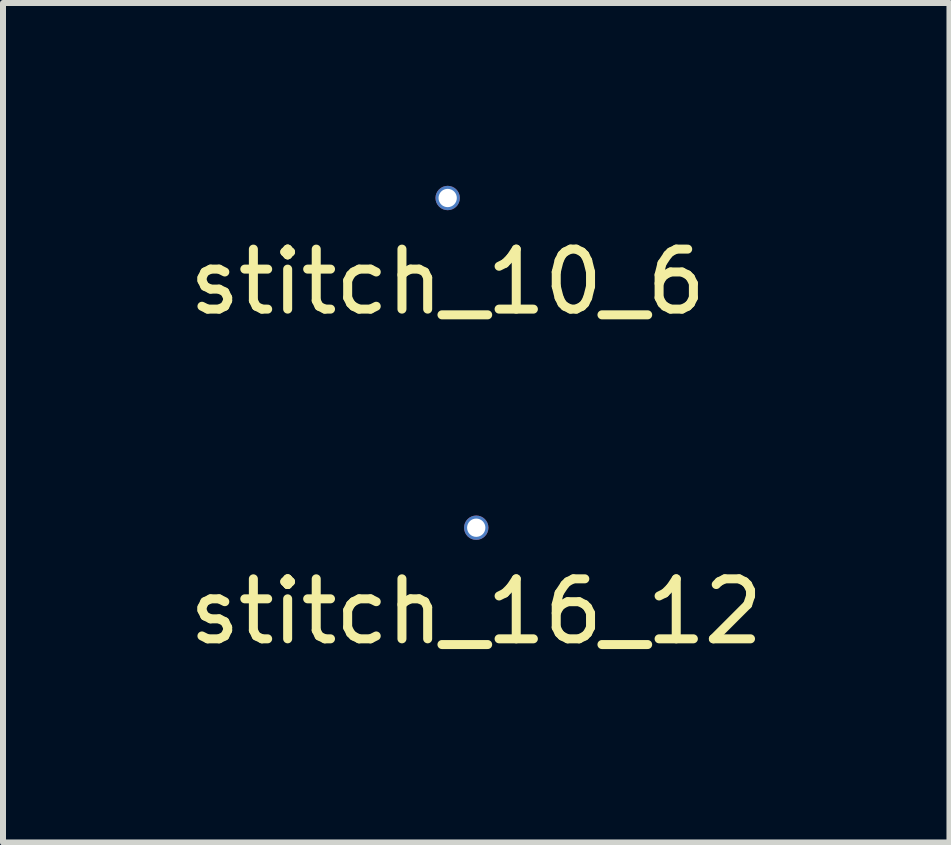
<source format=kicad_pcb>
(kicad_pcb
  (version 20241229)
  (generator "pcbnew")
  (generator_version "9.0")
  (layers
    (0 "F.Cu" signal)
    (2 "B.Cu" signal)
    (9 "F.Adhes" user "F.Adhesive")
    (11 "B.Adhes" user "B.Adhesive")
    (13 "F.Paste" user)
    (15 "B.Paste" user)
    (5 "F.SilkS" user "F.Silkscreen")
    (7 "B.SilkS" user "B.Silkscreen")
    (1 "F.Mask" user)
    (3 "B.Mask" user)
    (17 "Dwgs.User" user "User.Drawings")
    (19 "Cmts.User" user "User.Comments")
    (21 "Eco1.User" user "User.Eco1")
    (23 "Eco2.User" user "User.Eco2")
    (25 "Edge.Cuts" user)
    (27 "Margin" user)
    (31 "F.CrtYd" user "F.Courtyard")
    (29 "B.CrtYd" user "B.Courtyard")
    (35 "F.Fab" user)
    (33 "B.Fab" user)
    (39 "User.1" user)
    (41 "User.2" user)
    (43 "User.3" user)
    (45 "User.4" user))
  (footprint "stitch_10_6"
    (layer "F.Cu")
    (at 4.411 0.25)
    (property "Reference" "stitch_10_6" (at 0 1.397 0) (layer "F.SilkS") (effects (font (size 1 1) (thickness 0.15))))
    (attr through_hole)
    (pad "1" thru_hole circle (at 0 0) (size 0.406 0.406) (drill 0.305) (layers "*.Cu")))
  (footprint "stitch_16_12"
    (layer "F.Cu")
    (at 4.887 5.745)
    (property "Reference" "stitch_16_12" (at 0 1.397 0) (layer "F.SilkS") (effects (font (size 1 1) (thickness 0.15))))
    (attr through_hole)
    (pad "1" thru_hole circle (at 0 0) (size 0.406 0.406) (drill 0.305) (layers "*.Cu")))
  (gr_rect
    (start -3 -3)
    (end 12.774 10.991)
    (stroke (width 0.1) (type default))
    (fill no)
    (layer "Edge.Cuts")))
</source>
